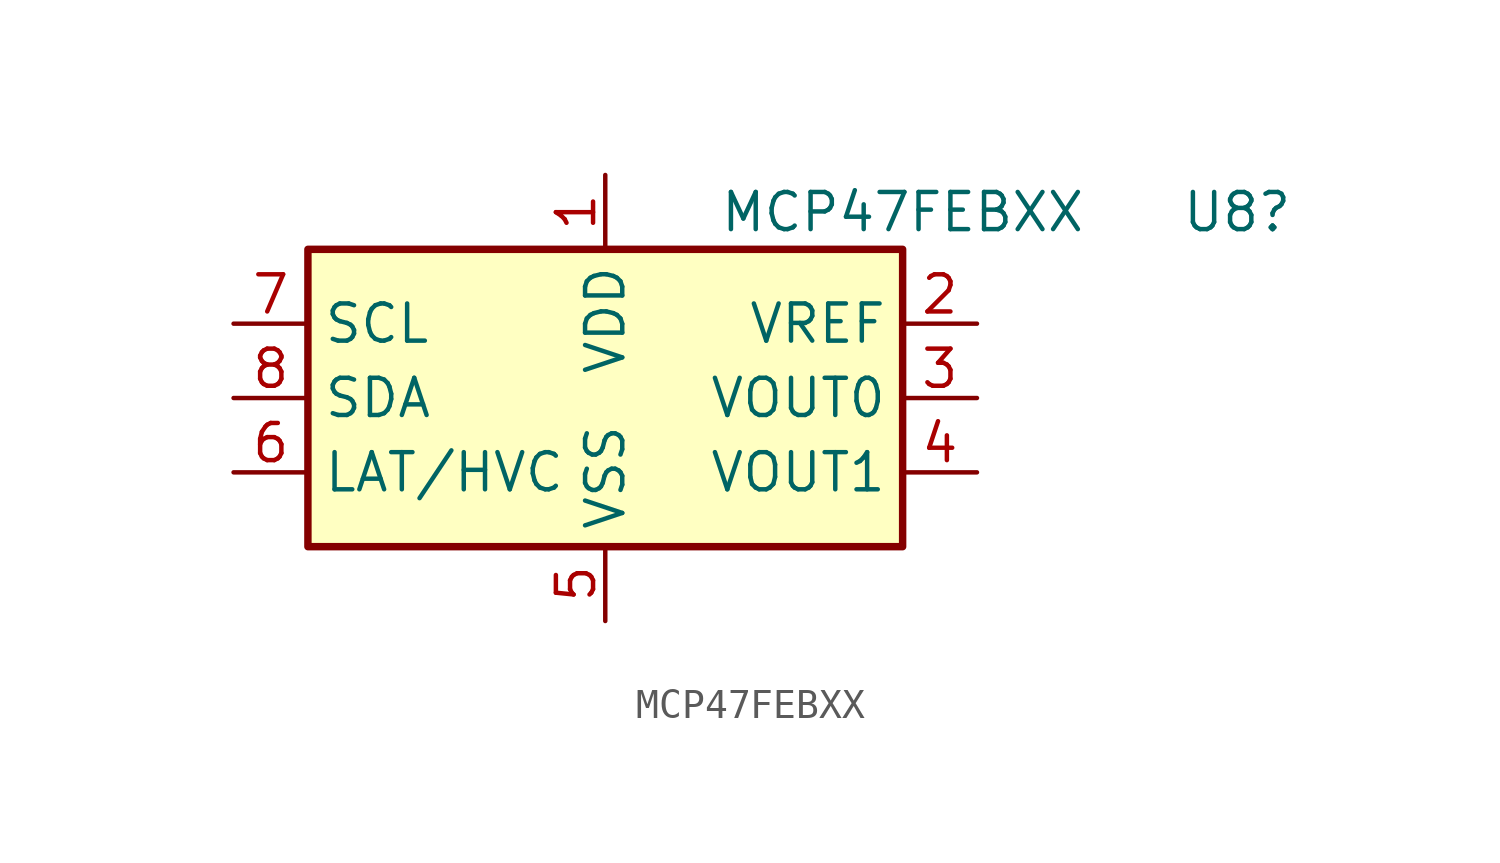
<source format=kicad_sym>
(kicad_symbol_lib
  (version 20220914)
  (generator kicad_symbol_editor)
  (symbol "MCP47FEBXX"
    (property "Reference" "U8"
      (at 21.59 6.35 0)
      (effects (font (size 1.27 1.27))))
    (property "Value" "MCP47FEBXX"
      (at 10.16 6.35 0)
      (effects (font (size 1.27 1.27))))
    (symbol "MCP47FEBXX_0_1"
      (rectangle (start -10.16 5.08) (end 10.16 -5.08) (stroke (width 0.254) (type default)) (fill (type background))))
    (symbol "MCP47FEBXX_1_1"
      (pin power_in line (at 0 7.62 270) (length 2.54) (name "VDD" (effects (font (size 1.27 1.27)))) (number "1" (effects (font (size 1.27 1.27)))))
      (pin output line (at 12.7 2.54 180) (length 2.54) (name "VREF" (effects (font (size 1.27 1.27)))) (number "2" (effects (font (size 1.27 1.27)))))
      (pin output line (at 12.7 0 180) (length 2.54) (name "VOUT0" (effects (font (size 1.27 1.27)))) (number "3" (effects (font (size 1.27 1.27)))))
      (pin output line (at 12.7 -2.54 180) (length 2.54) (name "VOUT1" (effects (font (size 1.27 1.27)))) (number "4" (effects (font (size 1.27 1.27)))))
      (pin power_in line (at 0 -7.62 90) (length 2.54) (name "VSS" (effects (font (size 1.27 1.27)))) (number "5" (effects (font (size 1.27 1.27)))))
      (pin input line (at -12.7 -2.54 0) (length 2.54) (name "LAT/HVC" (effects (font (size 1.27 1.27)))) (number "6" (effects (font (size 1.27 1.27)))))
      (pin input line (at -12.7 2.54 0) (length 2.54) (name "SCL" (effects (font (size 1.27 1.27)))) (number "7" (effects (font (size 1.27 1.27)))))
      (pin bidirectional line (at -12.7 0 0) (length 2.54) (name "SDA" (effects (font (size 1.27 1.27)))) (number "8" (effects (font (size 1.27 1.27))))))))
</source>
